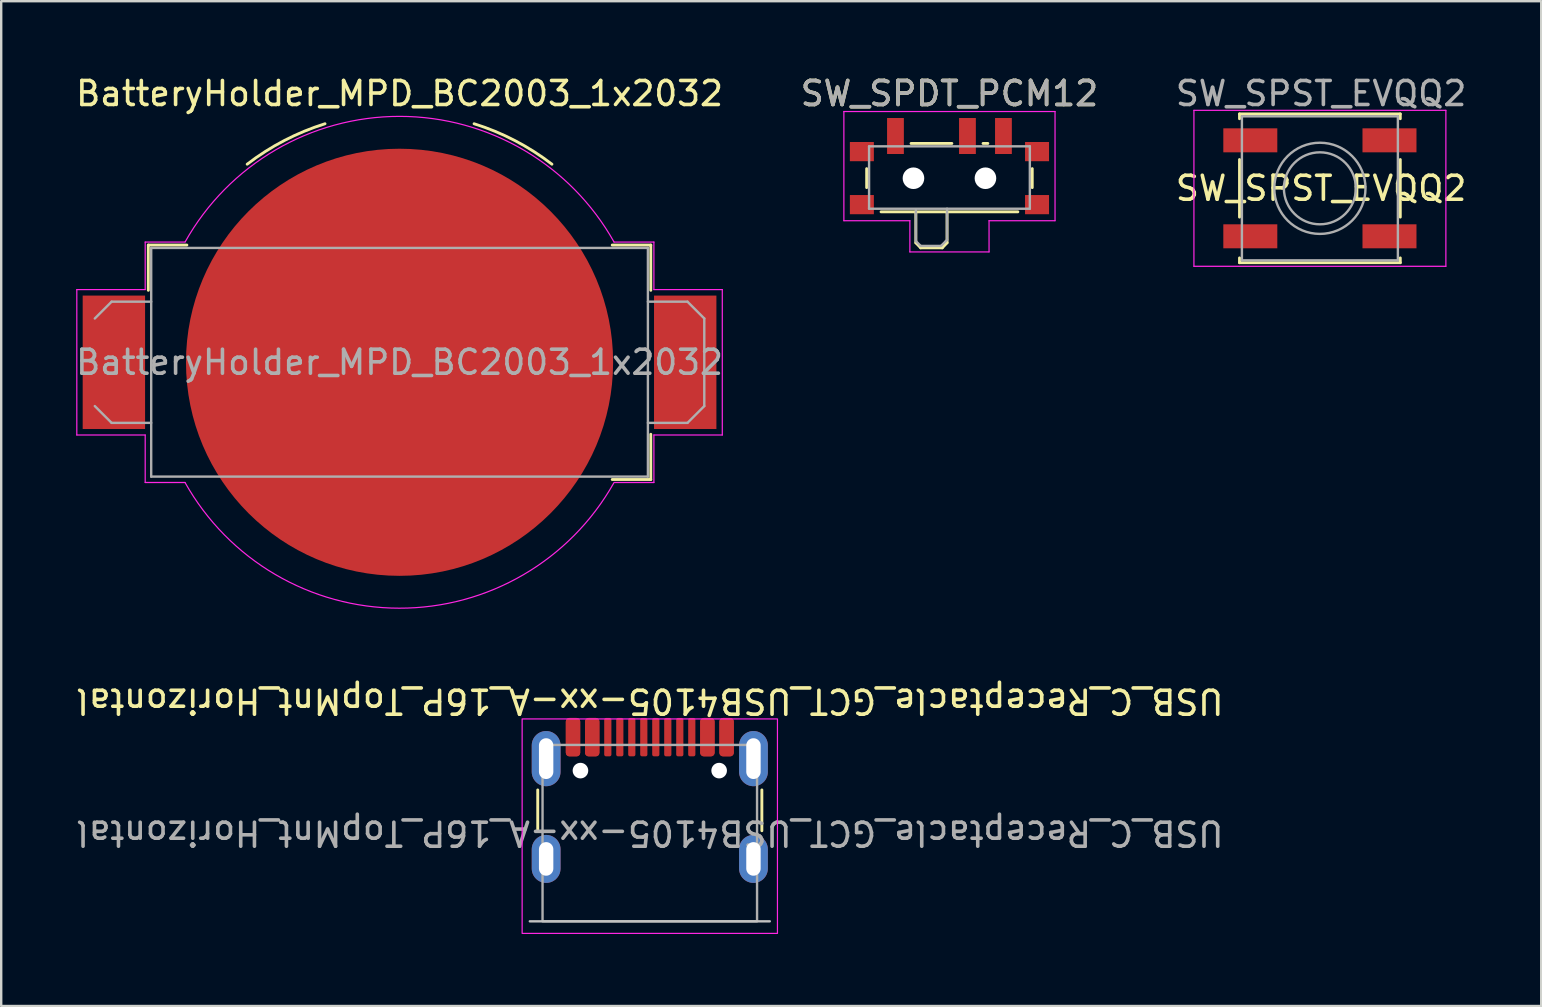
<source format=kicad_pcb>
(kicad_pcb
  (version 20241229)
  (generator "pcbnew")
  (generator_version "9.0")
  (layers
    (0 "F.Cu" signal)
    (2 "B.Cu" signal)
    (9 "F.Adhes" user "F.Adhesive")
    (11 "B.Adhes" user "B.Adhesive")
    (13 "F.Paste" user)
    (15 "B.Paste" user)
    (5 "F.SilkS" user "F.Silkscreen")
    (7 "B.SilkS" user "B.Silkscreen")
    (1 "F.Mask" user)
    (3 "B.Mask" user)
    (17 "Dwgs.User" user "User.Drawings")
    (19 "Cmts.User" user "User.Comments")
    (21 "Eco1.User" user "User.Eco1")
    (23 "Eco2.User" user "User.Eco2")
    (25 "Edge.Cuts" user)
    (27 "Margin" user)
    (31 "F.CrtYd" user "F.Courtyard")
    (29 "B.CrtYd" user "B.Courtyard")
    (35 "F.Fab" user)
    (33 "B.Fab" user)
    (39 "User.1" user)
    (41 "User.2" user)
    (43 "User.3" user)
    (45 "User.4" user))
  (footprint "SW_SPST_EVQQ2"
    (layer "F.Cu")
    (at 51.956 4.798)
    (property "Reference" "SW_SPST_EVQQ2" (at 0.05 0 0) (layer "F.SilkS") (effects (font (size 1 1) (thickness 0.15))))
    (attr smd)
    (fp_line (start -3.35 -3.1) (end -3.35 -2.9) (stroke (width 0.12) (type solid)) (layer "F.SilkS"))
    (fp_line (start -3.35 -1.2) (end -3.35 1.2) (stroke (width 0.12) (type solid)) (layer "F.SilkS"))
    (fp_line (start -3.35 3.1) (end -3.35 2.9) (stroke (width 0.12) (type solid)) (layer "F.SilkS"))
    (fp_line (start -3.35 3.1) (end 3.35 3.1) (stroke (width 0.12) (type solid)) (layer "F.SilkS"))
    (fp_line (start 3.35 -3.1) (end -3.35 -3.1) (stroke (width 0.12) (type solid)) (layer "F.SilkS"))
    (fp_line (start 3.35 -3.1) (end 3.35 -2.9) (stroke (width 0.12) (type solid)) (layer "F.SilkS"))
    (fp_line (start 3.35 -1.2) (end 3.35 1.2) (stroke (width 0.12) (type solid)) (layer "F.SilkS"))
    (fp_line (start 3.35 3.1) (end 3.35 2.9) (stroke (width 0.12) (type solid)) (layer "F.SilkS"))
    (fp_line (start -5.25 -3.25) (end 5.25 -3.25) (stroke (width 0.05) (type solid)) (layer "F.CrtYd"))
    (fp_line (start -5.25 3.25) (end -5.25 -3.25) (stroke (width 0.05) (type solid)) (layer "F.CrtYd"))
    (fp_line (start 5.25 -3.25) (end 5.25 3.25) (stroke (width 0.05) (type solid)) (layer "F.CrtYd"))
    (fp_line (start 5.25 3.25) (end -5.25 3.25) (stroke (width 0.05) (type solid)) (layer "F.CrtYd"))
    (fp_line (start -3.25 -3) (end 3.25 -3) (stroke (width 0.1) (type solid)) (layer "F.Fab"))
    (fp_line (start -3.25 3) (end -3.25 -3) (stroke (width 0.1) (type solid)) (layer "F.Fab"))
    (fp_line (start 3.25 -3) (end 3.25 3) (stroke (width 0.1) (type solid)) (layer "F.Fab"))
    (fp_line (start 3.25 3) (end -3.25 3) (stroke (width 0.1) (type solid)) (layer "F.Fab"))
    (fp_circle (center 0 0) (end 1.5 0) (stroke (width 0.1) (type solid)) (fill no) (layer "F.Fab"))
    (fp_circle (center 0 0) (end 1.9 0) (stroke (width 0.1) (type solid)) (fill no) (layer "F.Fab"))
    (fp_text user "${REFERENCE}" (at 0.05 -3.95 0) (layer "F.Fab") (effects (font (size 1 1) (thickness 0.15))))
    (pad "1" smd rect (at -2.9 -2) (size 2.25 1) (layers "F.Cu" "F.Mask" "F.Paste"))
    (pad "1" smd rect (at 2.9 -2) (size 2.25 1) (layers "F.Cu" "F.Mask" "F.Paste"))
    (pad "2" smd rect (at -2.9 2) (size 2.25 1) (layers "F.Cu" "F.Mask" "F.Paste"))
    (pad "2" smd rect (at 2.9 2) (size 2.25 1) (layers "F.Cu" "F.Mask" "F.Paste")))
  (footprint "USB_C_Receptacle_GCT_USB4105-xx-A_16P_TopMnt_Horizontal"
    (layer "F.Cu")
    (at 24.03 31.67)
    (property "Reference" "USB_C_Receptacle_GCT_USB4105-xx-A_16P_TopMnt_Horizontal" (at 0 -5.5 180) (unlocked yes) (layer "F.SilkS") (effects (font (size 1 1) (thickness 0.15))))
    (attr smd)
    (fp_line (start -4.67 -0.1) (end -4.67 -1.8) (stroke (width 0.12) (type solid)) (layer "F.SilkS"))
    (fp_line (start 4.67 -0.1) (end 4.67 -1.8) (stroke (width 0.12) (type solid)) (layer "F.SilkS"))
    (fp_line (start 5 3.675) (end -5 3.675) (stroke (width 0.1) (type solid)) (layer "Dwgs.User"))
    (fp_rect (start -5.32 -4.76) (end 5.32 4.18) (stroke (width 0.05) (type solid)) (fill no) (layer "F.CrtYd"))
    (fp_rect (start -4.47 -3.675) (end 4.47 3.675) (stroke (width 0.1) (type solid)) (fill no) (layer "F.Fab"))
    (fp_text user "${REFERENCE}" (at 0 0 180) (unlocked yes) (layer "F.Fab") (effects (font (size 1 1) (thickness 0.15))))
    (pad "" np_thru_hole circle (at -2.89 -2.605 180) (size 0.65 0.65) (drill 0.65) (layers "*.Cu" "*.Mask"))
    (pad "" np_thru_hole circle (at 2.89 -2.605 180) (size 0.65 0.65) (drill 0.65) (layers "*.Cu" "*.Mask"))
    (pad "A1" smd roundrect (at -3.2 -4 180) (size 0.6 1.6) (layers "F.Cu" "F.Mask" "F.Paste") (roundrect_rratio 0.25))
    (pad "A4" smd roundrect (at -2.4 -4 180) (size 0.6 1.6) (layers "F.Cu" "F.Mask" "F.Paste") (roundrect_rratio 0.25))
    (pad "A5" smd roundrect (at -1.25 -4 180) (size 0.3 1.6) (layers "F.Cu" "F.Mask" "F.Paste") (roundrect_rratio 0.25))
    (pad "A6" smd roundrect (at -0.25 -4 180) (size 0.3 1.6) (layers "F.Cu" "F.Mask" "F.Paste") (roundrect_rratio 0.25))
    (pad "A7" smd roundrect (at 0.25 -4 180) (size 0.3 1.6) (layers "F.Cu" "F.Mask" "F.Paste") (roundrect_rratio 0.25))
    (pad "A8" smd roundrect (at 1.25 -4 180) (size 0.3 1.6) (layers "F.Cu" "F.Mask" "F.Paste") (roundrect_rratio 0.25))
    (pad "A9" smd roundrect (at 2.4 -4 180) (size 0.6 1.6) (layers "F.Cu" "F.Mask" "F.Paste") (roundrect_rratio 0.25))
    (pad "A12" smd roundrect (at 3.2 -4 180) (size 0.6 1.6) (layers "F.Cu" "F.Mask" "F.Paste") (roundrect_rratio 0.25))
    (pad "B1" smd roundrect (at 3.2 -4 180) (size 0.6 1.6) (layers "F.Cu" "F.Mask" "F.Paste") (roundrect_rratio 0.25))
    (pad "B4" smd roundrect (at 2.4 -4 180) (size 0.6 1.6) (layers "F.Cu" "F.Mask" "F.Paste") (roundrect_rratio 0.25))
    (pad "B5" smd roundrect (at 1.75 -4 180) (size 0.3 1.6) (layers "F.Cu" "F.Mask" "F.Paste") (roundrect_rratio 0.25))
    (pad "B6" smd roundrect (at 0.75 -4 180) (size 0.3 1.6) (layers "F.Cu" "F.Mask" "F.Paste") (roundrect_rratio 0.25))
    (pad "B7" smd roundrect (at -0.75 -4 180) (size 0.3 1.6) (layers "F.Cu" "F.Mask" "F.Paste") (roundrect_rratio 0.25))
    (pad "B8" smd roundrect (at -1.75 -4 180) (size 0.3 1.6) (layers "F.Cu" "F.Mask" "F.Paste") (roundrect_rratio 0.25))
    (pad "B9" smd roundrect (at -2.4 -4 180) (size 0.6 1.6) (layers "F.Cu" "F.Mask" "F.Paste") (roundrect_rratio 0.25))
    (pad "B12" smd roundrect (at -3.2 -4 180) (size 0.6 1.6) (layers "F.Cu" "F.Mask" "F.Paste") (roundrect_rratio 0.25))
    (pad "S1" thru_hole oval (at -4.32 -3.105 180) (size 1.2 2.3) (drill oval 0.6 1.7) (layers "*.Cu" "*.Mask" "F.Paste"))
    (pad "S1" thru_hole oval (at -4.32 1.075 180) (size 1.2 2) (drill oval 0.6 1.4) (layers "*.Cu" "*.Mask" "F.Paste"))
    (pad "S1" thru_hole oval (at 4.32 -3.105 180) (size 1.2 2.3) (drill oval 0.6 1.7) (layers "*.Cu" "*.Mask" "F.Paste"))
    (pad "S1" thru_hole oval (at 4.32 1.075 180) (size 1.2 2) (drill oval 0.6 1.4) (layers "*.Cu" "*.Mask" "F.Paste")))
  (footprint "BatteryHolder_MPD_BC2003_1x2032"
    (layer "F.Cu")
    (at 13.601 12.048)
    (property "Reference" "BatteryHolder_MPD_BC2003_1x2032" (at 0 -11.2 0) (layer "F.SilkS") (effects (font (size 1 1) (thickness 0.15))))
    (attr smd)
    (fp_line (start -10.47 -4.885) (end -8.863 -4.885) (stroke (width 0.12) (type solid)) (layer "F.SilkS"))
    (fp_line (start -10.47 -3) (end -10.47 -4.885) (stroke (width 0.12) (type solid)) (layer "F.SilkS"))
    (fp_line (start 10.47 -4.885) (end 8.863 -4.885) (stroke (width 0.12) (type solid)) (layer "F.SilkS"))
    (fp_line (start 10.47 -3) (end 10.47 -4.885) (stroke (width 0.12) (type solid)) (layer "F.SilkS"))
    (fp_line (start 10.47 3) (end 10.47 4.885) (stroke (width 0.12) (type solid)) (layer "F.SilkS"))
    (fp_line (start 10.47 4.885) (end 8.863 4.885) (stroke (width 0.12) (type solid)) (layer "F.SilkS"))
    (fp_arc (start -6.350001 -8.255) (mid -4.802768 -9.241263) (end -3.106466 -9.940693) (stroke (width 0.12) (type solid)) (layer "F.SilkS"))
    (fp_arc (start 3.106466 -9.940693) (mid 4.802768 -9.241262) (end 6.350001 -8.255) (stroke (width 0.12) (type solid)) (layer "F.SilkS"))
    (fp_line (start -13.45 -3.03) (end -13.45 3.03) (stroke (width 0.05) (type solid)) (layer "F.CrtYd"))
    (fp_line (start -13.45 3.03) (end -10.6 3.03) (stroke (width 0.05) (type solid)) (layer "F.CrtYd"))
    (fp_line (start -10.6 -5.01) (end -10.6 -3.03) (stroke (width 0.05) (type solid)) (layer "F.CrtYd"))
    (fp_line (start -10.6 5.01) (end -10.6 3.03) (stroke (width 0.05) (type solid)) (layer "F.CrtYd"))
    (fp_line (start -10.6 5.01) (end -8.94 5.01) (stroke (width 0.05) (type solid)) (layer "F.CrtYd"))
    (fp_line (start -10.6 -3.03) (end -13.45 -3.03) (stroke (width 0.05) (type solid)) (layer "F.CrtYd"))
    (fp_line (start -8.94 -5.01) (end -10.6 -5.01) (stroke (width 0.05) (type solid)) (layer "F.CrtYd"))
    (fp_line (start 8.94 -5.01) (end 10.6 -5.01) (stroke (width 0.05) (type solid)) (layer "F.CrtYd"))
    (fp_line (start 8.94 5.01) (end 10.6 5.01) (stroke (width 0.05) (type solid)) (layer "F.CrtYd"))
    (fp_line (start 10.6 -3.03) (end 13.45 -3.03) (stroke (width 0.05) (type solid)) (layer "F.CrtYd"))
    (fp_line (start 10.6 3.03) (end 13.45 3.03) (stroke (width 0.05) (type solid)) (layer "F.CrtYd"))
    (fp_line (start 10.6 -5.01) (end 10.6 -3.03) (stroke (width 0.05) (type solid)) (layer "F.CrtYd"))
    (fp_line (start 10.6 5.01) (end 10.6 3.03) (stroke (width 0.05) (type solid)) (layer "F.CrtYd"))
    (fp_line (start 13.45 -3.03) (end 13.45 3.03) (stroke (width 0.05) (type solid)) (layer "F.CrtYd"))
    (fp_arc (start -8.934116 -5.020486) (mid 0.006012 -10.248106) (end 8.940001 -5.01) (stroke (width 0.05) (type solid)) (layer "F.CrtYd"))
    (fp_arc (start 8.925339 5.036071) (mid -0.014956 10.248096) (end -8.940001 5.01) (stroke (width 0.05) (type solid)) (layer "F.CrtYd"))
    (fp_line (start -12.7 -1.825) (end -12 -2.525) (stroke (width 0.1) (type solid)) (layer "F.Fab"))
    (fp_line (start -12.7 1.825) (end -12 2.525) (stroke (width 0.1) (type solid)) (layer "F.Fab"))
    (fp_line (start -10.35 -4.765) (end 10.35 -4.765) (stroke (width 0.1) (type solid)) (layer "F.Fab"))
    (fp_line (start -10.35 -2.525) (end -12 -2.525) (stroke (width 0.1) (type solid)) (layer "F.Fab"))
    (fp_line (start -10.35 2.525) (end -12 2.525) (stroke (width 0.1) (type solid)) (layer "F.Fab"))
    (fp_line (start -10.35 4.765) (end -10.35 -4.765) (stroke (width 0.1) (type solid)) (layer "F.Fab"))
    (fp_line (start -10.35 4.765) (end 10.35 4.765) (stroke (width 0.1) (type solid)) (layer "F.Fab"))
    (fp_line (start 10.35 -2.525) (end 12 -2.525) (stroke (width 0.1) (type solid)) (layer "F.Fab"))
    (fp_line (start 10.35 2.525) (end 12 2.525) (stroke (width 0.1) (type solid)) (layer "F.Fab"))
    (fp_line (start 10.35 4.765) (end 10.35 -4.765) (stroke (width 0.1) (type solid)) (layer "F.Fab"))
    (fp_line (start 12.7 -1.825) (end 12 -2.525) (stroke (width 0.1) (type solid)) (layer "F.Fab"))
    (fp_line (start 12.7 -1.825) (end 12.7 1.825) (stroke (width 0.1) (type solid)) (layer "F.Fab"))
    (fp_line (start 12.7 1.825) (end 12 2.525) (stroke (width 0.1) (type solid)) (layer "F.Fab"))
    (fp_text user "${REFERENCE}" (at 0 0 0) (layer "F.Fab") (effects (font (size 1 1) (thickness 0.15))))
    (pad "1" smd rect (at -11.905 0) (size 2.6 5.56) (layers "F.Cu" "F.Mask"))
    (pad "1" smd rect (at 11.905 0) (size 2.6 5.56) (layers "F.Cu" "F.Mask"))
    (pad "2" smd circle (at 0 0) (size 17.8 17.8) (layers "F.Cu" "F.Mask")))
  (footprint "SW_SPDT_PCM12"
    (layer "F.Cu")
    (at 36.518 4.048)
    (property "Reference" "SW_SPDT_PCM12" (at 0 -3.2 0) (layer "F.SilkS") (effects (font (size 1 1) (thickness 0.15))))
    (attr smd)
    (fp_line (start -3.45 -0.07) (end -3.45 0.72) (stroke (width 0.12) (type solid)) (layer "F.SilkS"))
    (fp_line (start -2.85 1.73) (end 2.85 1.73) (stroke (width 0.12) (type solid)) (layer "F.SilkS"))
    (fp_line (start -1.6 -1.12) (end 0.1 -1.12) (stroke (width 0.12) (type solid)) (layer "F.SilkS"))
    (fp_line (start -1.4 1.73) (end -1.4 3.02) (stroke (width 0.12) (type solid)) (layer "F.SilkS"))
    (fp_line (start -1.4 3.02) (end -1.2 3.23) (stroke (width 0.12) (type solid)) (layer "F.SilkS"))
    (fp_line (start -1.2 3.23) (end -0.3 3.23) (stroke (width 0.12) (type solid)) (layer "F.SilkS"))
    (fp_line (start -0.1 3.02) (end -0.3 3.23) (stroke (width 0.12) (type solid)) (layer "F.SilkS"))
    (fp_line (start -0.1 3.02) (end -0.1 1.73) (stroke (width 0.12) (type solid)) (layer "F.SilkS"))
    (fp_line (start 1.4 -1.12) (end 1.6 -1.12) (stroke (width 0.12) (type solid)) (layer "F.SilkS"))
    (fp_line (start 3.45 0.72) (end 3.45 -0.07) (stroke (width 0.12) (type solid)) (layer "F.SilkS"))
    (fp_line (start -4.4 -2.45) (end 4.4 -2.45) (stroke (width 0.05) (type solid)) (layer "F.CrtYd"))
    (fp_line (start -4.4 2.1) (end -4.4 -2.45) (stroke (width 0.05) (type solid)) (layer "F.CrtYd"))
    (fp_line (start -1.65 2.1) (end -4.4 2.1) (stroke (width 0.05) (type solid)) (layer "F.CrtYd"))
    (fp_line (start -1.65 3.4) (end -1.65 2.1) (stroke (width 0.05) (type solid)) (layer "F.CrtYd"))
    (fp_line (start 1.65 2.1) (end 1.65 3.4) (stroke (width 0.05) (type solid)) (layer "F.CrtYd"))
    (fp_line (start 1.65 3.4) (end -1.65 3.4) (stroke (width 0.05) (type solid)) (layer "F.CrtYd"))
    (fp_line (start 4.4 -2.45) (end 4.4 2.1) (stroke (width 0.05) (type solid)) (layer "F.CrtYd"))
    (fp_line (start 4.4 2.1) (end 1.65 2.1) (stroke (width 0.05) (type solid)) (layer "F.CrtYd"))
    (fp_line (start -3.35 -1) (end -3.35 1.6) (stroke (width 0.1) (type solid)) (layer "F.Fab"))
    (fp_line (start -3.35 1.6) (end 3.35 1.6) (stroke (width 0.1) (type solid)) (layer "F.Fab"))
    (fp_line (start -1.4 1.65) (end -1.4 2.95) (stroke (width 0.1) (type solid)) (layer "F.Fab"))
    (fp_line (start -1.4 2.95) (end -1.2 3.15) (stroke (width 0.1) (type solid)) (layer "F.Fab"))
    (fp_line (start -1.2 3.15) (end -0.35 3.15) (stroke (width 0.1) (type solid)) (layer "F.Fab"))
    (fp_line (start -0.35 3.15) (end -0.15 2.95) (stroke (width 0.1) (type solid)) (layer "F.Fab"))
    (fp_line (start -0.15 2.95) (end -0.1 2.9) (stroke (width 0.1) (type solid)) (layer "F.Fab"))
    (fp_line (start -0.1 2.9) (end -0.1 1.6) (stroke (width 0.1) (type solid)) (layer "F.Fab"))
    (fp_line (start 3.35 -1) (end -3.35 -1) (stroke (width 0.1) (type solid)) (layer "F.Fab"))
    (fp_line (start 3.35 1.6) (end 3.35 -1) (stroke (width 0.1) (type solid)) (layer "F.Fab"))
    (fp_text user "${REFERENCE}" (at 0 -3.2 0) (layer "F.Fab") (effects (font (size 1 1) (thickness 0.15))))
    (pad "" np_thru_hole circle (at -1.5 0.33) (size 0.9 0.9) (drill 0.9) (layers "*.Cu" "*.Mask"))
    (pad "" np_thru_hole circle (at 1.5 0.33) (size 0.9 0.9) (drill 0.9) (layers "*.Cu" "*.Mask"))
    (pad "1" smd rect (at -2.25 -1.43) (size 0.7 1.5) (layers "F.Cu" "F.Mask" "F.Paste"))
    (pad "2" smd rect (at 0.75 -1.43) (size 0.7 1.5) (layers "F.Cu" "F.Mask" "F.Paste"))
    (pad "3" smd rect (at 2.25 -1.43) (size 0.7 1.5) (layers "F.Cu" "F.Mask" "F.Paste"))
    (pad "G" smd rect (at -3.65 -0.78) (size 1 0.8) (layers "F.Cu" "F.Mask" "F.Paste"))
    (pad "G" smd rect (at -3.65 1.43) (size 1 0.8) (layers "F.Cu" "F.Mask" "F.Paste"))
    (pad "G" smd rect (at 3.65 -0.78) (size 1 0.8) (layers "F.Cu" "F.Mask" "F.Paste"))
    (pad "G" smd rect (at 3.65 1.43) (size 1 0.8) (layers "F.Cu" "F.Mask" "F.Paste")))
  (gr_rect
    (start -3 -3)
    (end 61.179 38.875)
    (stroke (width 0.1) (type default))
    (fill no)
    (layer "Edge.Cuts")))
</source>
